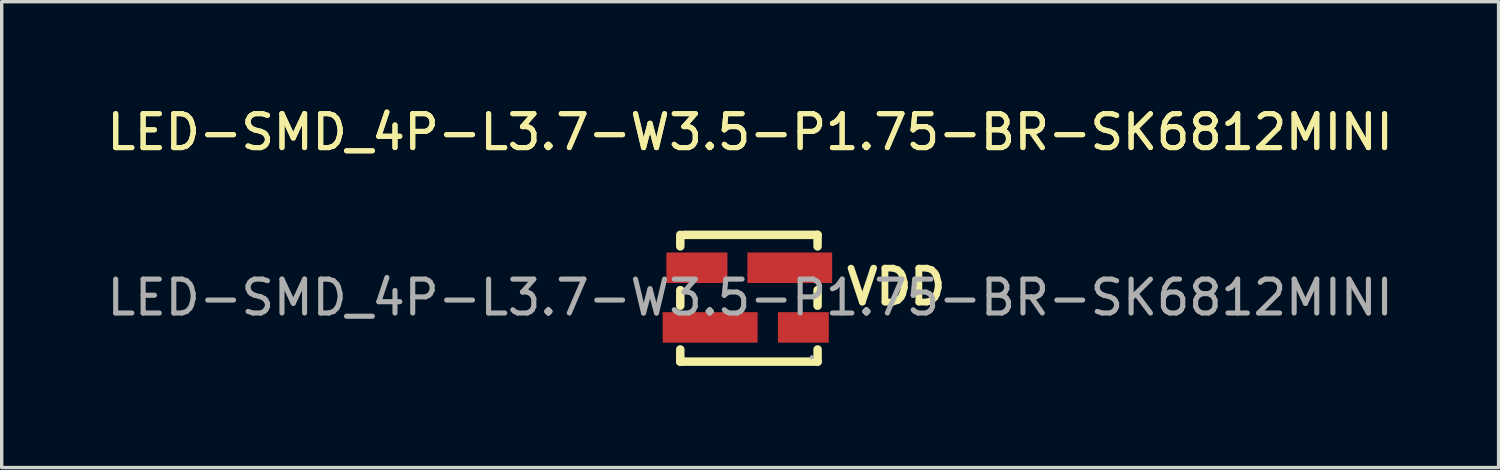
<source format=kicad_pcb>
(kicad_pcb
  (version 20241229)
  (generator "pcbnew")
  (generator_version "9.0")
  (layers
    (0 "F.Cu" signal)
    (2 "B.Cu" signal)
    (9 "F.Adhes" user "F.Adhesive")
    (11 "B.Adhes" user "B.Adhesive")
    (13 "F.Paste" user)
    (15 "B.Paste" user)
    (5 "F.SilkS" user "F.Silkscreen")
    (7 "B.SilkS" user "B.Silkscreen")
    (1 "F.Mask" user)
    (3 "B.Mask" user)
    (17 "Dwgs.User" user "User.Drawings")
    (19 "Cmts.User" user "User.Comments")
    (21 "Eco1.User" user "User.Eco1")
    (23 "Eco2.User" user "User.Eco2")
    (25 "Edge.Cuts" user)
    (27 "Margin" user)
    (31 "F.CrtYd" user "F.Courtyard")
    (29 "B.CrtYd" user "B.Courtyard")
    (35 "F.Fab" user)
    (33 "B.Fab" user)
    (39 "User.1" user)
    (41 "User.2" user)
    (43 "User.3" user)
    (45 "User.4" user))
  (footprint "LED-SMD_4P-L3.7-W3.5-P1.75-BR-SK6812MINI"
    (layer "F.Cu")
    (at 19.077 5.728)
    (property "Reference" "LED-SMD_4P-L3.7-W3.5-P1.75-BR-SK6812MINI" (at 0 -4.88 0) (layer "F.SilkS") (effects (font (size 1 1) (thickness 0.15))))
    (attr smd)
    (fp_line (start -2.06 -1.51) (end -2.06 -1.85) (stroke (width 0.25) (type solid)) (layer "F.SilkS"))
    (fp_line (start -2.06 0.24) (end -2.06 -0.22) (stroke (width 0.25) (type solid)) (layer "F.SilkS"))
    (fp_line (start -2.06 1.89) (end -2.06 1.53) (stroke (width 0.25) (type solid)) (layer "F.SilkS"))
    (fp_line (start -1.96 -1.85) (end 1.99 -1.85) (stroke (width 0.25) (type solid)) (layer "F.SilkS"))
    (fp_line (start 1.99 -1.85) (end 1.99 -1.51) (stroke (width 0.25) (type solid)) (layer "F.SilkS"))
    (fp_line (start 1.99 -0.22) (end 1.99 0.24) (stroke (width 0.25) (type solid)) (layer "F.SilkS"))
    (fp_line (start 1.99 1.53) (end 1.99 1.89) (stroke (width 0.25) (type solid)) (layer "F.SilkS"))
    (fp_line (start 1.99 1.89) (end -2.06 1.89) (stroke (width 0.25) (type solid)) (layer "F.SilkS"))
    (fp_circle (center 1.82 1.76) (end 1.85 1.76) (stroke (width 0.06) (type solid)) (fill no) (layer "F.Fab"))
    (fp_text user "VDD" (at 2.75 -0.32 0) (layer "F.SilkS") (effects (font (size 1 1) (thickness 0.2)) (justify left)))
    (fp_text user "${REFERENCE}" (at 0 -4.88 0) (layer "F.SilkS") (effects (font (size 1 1) (thickness 0.15))))
    (fp_text user "${REFERENCE}" (at 0 0 0) (layer "F.Fab") (effects (font (size 1 1) (thickness 0.15))))
    (pad "1" smd rect (at 1.57 0.88 180) (size 1.5 0.9) (layers "F.Cu" "F.Mask" "F.Paste"))
    (pad "2" smd rect (at 1.17 -0.88 180) (size 2.5 0.9) (layers "F.Cu" "F.Mask" "F.Paste"))
    (pad "3" smd rect (at -1.57 -0.88 180) (size 1.8 0.9) (layers "F.Cu" "F.Mask" "F.Paste"))
    (pad "4" smd rect (at -1.18 0.88 180) (size 2.8 0.9) (layers "F.Cu" "F.Mask" "F.Paste")))
  (gr_rect
    (start -3 -3)
    (end 41.155 10.743)
    (stroke (width 0.1) (type default))
    (fill no)
    (layer "Edge.Cuts")))
</source>
